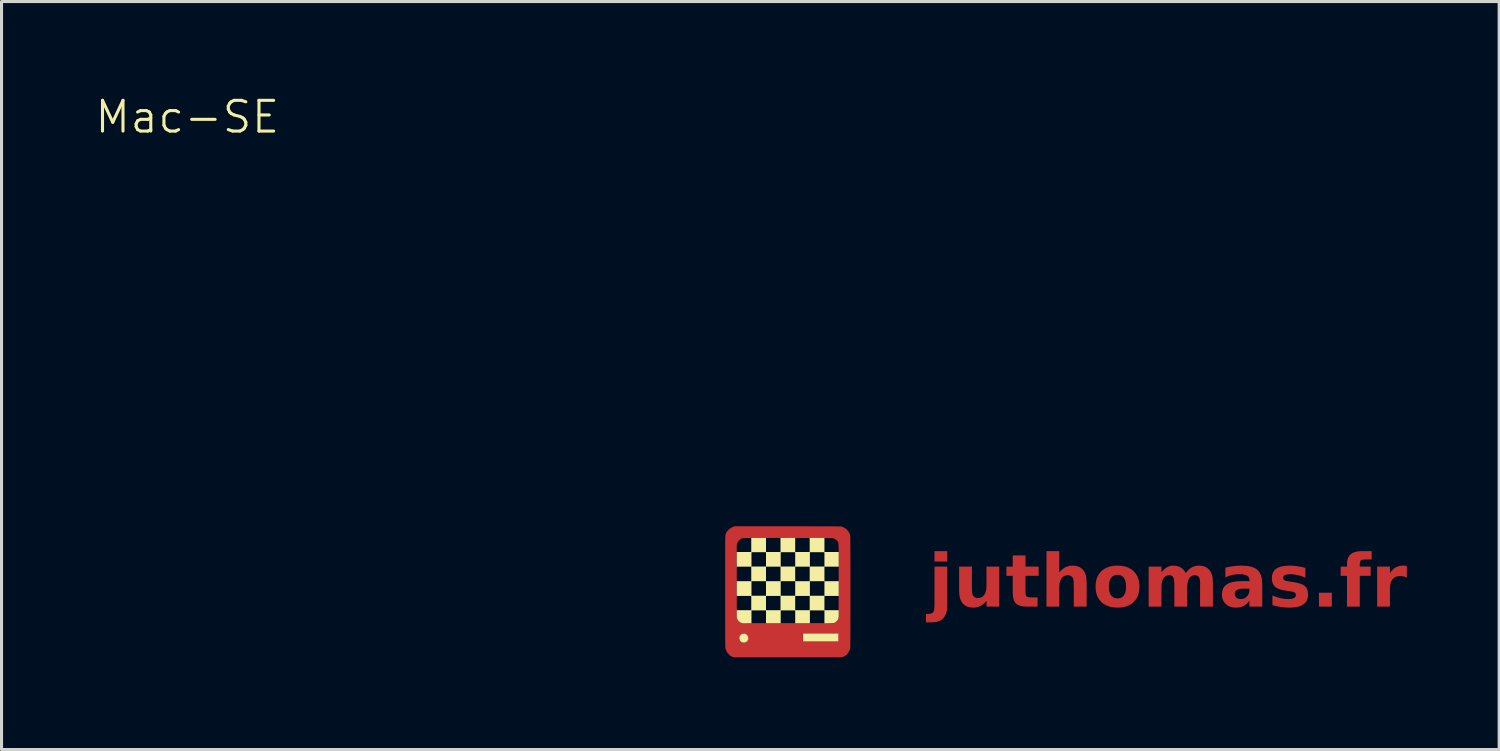
<source format=kicad_pcb>
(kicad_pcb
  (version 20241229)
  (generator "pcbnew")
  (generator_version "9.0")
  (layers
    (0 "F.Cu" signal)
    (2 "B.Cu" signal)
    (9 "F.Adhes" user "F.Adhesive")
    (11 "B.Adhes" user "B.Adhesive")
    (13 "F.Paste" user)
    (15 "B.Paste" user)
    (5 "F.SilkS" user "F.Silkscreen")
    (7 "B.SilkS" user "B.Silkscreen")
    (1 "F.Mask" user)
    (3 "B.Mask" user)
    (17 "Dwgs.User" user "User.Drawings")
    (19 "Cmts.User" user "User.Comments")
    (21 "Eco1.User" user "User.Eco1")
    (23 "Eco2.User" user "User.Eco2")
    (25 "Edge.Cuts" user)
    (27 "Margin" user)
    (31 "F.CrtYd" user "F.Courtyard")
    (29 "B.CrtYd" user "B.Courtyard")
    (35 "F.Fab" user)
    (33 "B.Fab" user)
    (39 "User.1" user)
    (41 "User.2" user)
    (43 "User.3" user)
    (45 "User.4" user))
  (footprint "Mac-SE"
    (layer "F.Cu")
    (at 22.608 16.23)
    (property "Reference" "Mac-SE" (at -19.558 -15.47 0) (unlocked yes) (layer "F.SilkS") (effects (font (size 1 1) (thickness 0.1))))
    (attr smd)
    (fp_poly (pts (xy 0.197 -2.143) (xy 0.382 -2.143) (xy 0.553 -2.143) (xy 0.712 -2.142) (xy 0.858 -2.142) (xy 0.991 -2.142) (xy 1.113 -2.142) (xy 1.223 -2.141) (xy 1.321 -2.141) (xy 1.408 -2.141) (xy 1.485 -2.14) (xy 1.551 -2.14) (xy 1.607 -2.139) (xy 1.654 -2.139) (xy 1.69 -2.138) (xy 1.718 -2.137) (xy 1.737 -2.136) (xy 1.747 -2.136) (xy 1.749 -2.135) (xy 1.759 -2.127) (xy 1.771 -2.122) (xy 1.789 -2.115) (xy 1.814 -2.104) (xy 1.84 -2.091) (xy 1.863 -2.079) (xy 1.879 -2.069) (xy 1.88 -2.068) (xy 1.89 -2.059) (xy 1.907 -2.044) (xy 1.927 -2.024) (xy 1.931 -2.021) (xy 1.964 -1.982) (xy 1.993 -1.934) (xy 2.017 -1.883) (xy 2.027 -1.851) (xy 2.028 -1.841) (xy 2.029 -1.818) (xy 2.029 -1.783) (xy 2.03 -1.736) (xy 2.031 -1.678) (xy 2.031 -1.609) (xy 2.032 -1.531) (xy 2.032 -1.444) (xy 2.033 -1.349) (xy 2.033 -1.246) (xy 2.034 -1.136) (xy 2.034 -1.02) (xy 2.034 -0.899) (xy 2.035 -0.773) (xy 2.035 -0.643) (xy 2.035 -0.51) (xy 2.035 -0.374) (xy 2.035 -0.237) (xy 2.035 -0.098) (xy 2.035 0.041) (xy 2.035 0.18) (xy 2.035 0.318) (xy 2.035 0.455) (xy 2.035 0.588) (xy 2.035 0.719) (xy 2.035 0.846) (xy 2.034 0.969) (xy 2.034 1.086) (xy 2.034 1.198) (xy 2.033 1.303) (xy 2.033 1.4) (xy 2.032 1.49) (xy 2.032 1.57) (xy 2.031 1.642) (xy 2.031 1.703) (xy 2.03 1.753) (xy 2.029 1.792) (xy 2.029 1.818) (xy 2.028 1.832) (xy 2.028 1.833) (xy 2.018 1.863) (xy 2.004 1.897) (xy 1.985 1.933) (xy 1.965 1.968) (xy 1.943 2) (xy 1.922 2.027) (xy 1.904 2.046) (xy 1.889 2.055) (xy 1.885 2.056) (xy 1.875 2.061) (xy 1.869 2.069) (xy 1.86 2.077) (xy 1.841 2.089) (xy 1.816 2.101) (xy 1.81 2.103) (xy 1.758 2.125) (xy -0.002 2.125) (xy -1.761 2.125) (xy -1.812 2.105) (xy -1.835 2.095) (xy -1.852 2.088) (xy -1.867 2.079) (xy -1.881 2.068) (xy -1.899 2.052) (xy -1.923 2.029) (xy -1.931 2.021) (xy -1.975 1.969) (xy -2.009 1.911) (xy -2.032 1.849) (xy -2.036 1.832) (xy -2.037 1.825) (xy -2.038 1.814) (xy -2.039 1.797) (xy -2.04 1.776) (xy -2.041 1.748) (xy -2.041 1.714) (xy -2.042 1.674) (xy -2.042 1.626) (xy -2.043 1.571) (xy -2.043 1.507) (xy -2.043 1.499) (xy -1.582 1.499) (xy -1.581 1.513) (xy -1.578 1.541) (xy -1.571 1.562) (xy -1.559 1.58) (xy -1.558 1.582) (xy -1.529 1.612) (xy -1.499 1.632) (xy -1.463 1.643) (xy -1.45 1.645) (xy -1.442 1.644) (xy -1.424 1.641) (xy -1.41 1.638) (xy -1.382 1.628) (xy -1.356 1.611) (xy -1.344 1.6) (xy -1.318 1.568) (xy -1.303 1.535) (xy -1.3 1.497) (xy -1.301 1.482) (xy -1.303 1.472) (xy 0.486 1.472) (xy 0.486 1.597) (xy 1.059 1.597) (xy 1.632 1.597) (xy 1.632 1.472) (xy 1.632 1.347) (xy 1.059 1.347) (xy 0.486 1.347) (xy 0.486 1.472) (xy -1.303 1.472) (xy -1.309 1.447) (xy -1.325 1.418) (xy -1.352 1.393) (xy -1.362 1.385) (xy -1.379 1.375) (xy -1.394 1.368) (xy -1.413 1.366) (xy -1.441 1.365) (xy -1.445 1.365) (xy -1.473 1.365) (xy -1.492 1.367) (xy -1.506 1.373) (xy -1.52 1.382) (xy -1.526 1.386) (xy -1.557 1.418) (xy -1.576 1.456) (xy -1.582 1.499) (xy -2.043 1.499) (xy -2.044 1.436) (xy -2.044 1.355) (xy -2.044 1.264) (xy -2.045 1.164) (xy -2.045 1.053) (xy -2.045 0.932) (xy -2.045 0.799) (xy -2.045 0.655) (xy -2.045 0.498) (xy -2.045 0.329) (xy -2.045 0.147) (xy -2.045 -0.017) (xy -2.045 -0.205) (xy -2.045 -0.375) (xy -1.667 -0.375) (xy -1.667 -0.207) (xy -1.667 -0.052) (xy -1.667 0.088) (xy -1.666 0.216) (xy -1.666 0.331) (xy -1.666 0.433) (xy -1.665 0.523) (xy -1.664 0.6) (xy -1.664 0.666) (xy -1.663 0.72) (xy -1.662 0.762) (xy -1.661 0.794) (xy -1.66 0.814) (xy -1.659 0.823) (xy -1.647 0.869) (xy -1.626 0.908) (xy -1.596 0.943) (xy -1.554 0.976) (xy -1.549 0.98) (xy -1.544 0.983) (xy -1.539 0.987) (xy -1.534 0.99) (xy -1.528 0.993) (xy -1.521 0.996) (xy -1.512 0.998) (xy -1.5 1) (xy -1.486 1.002) (xy -1.468 1.004) (xy -1.446 1.006) (xy -1.42 1.007) (xy -1.388 1.008) (xy -1.35 1.009) (xy -1.307 1.01) (xy -1.256 1.011) (xy -1.198 1.011) (xy -1.132 1.012) (xy -1.057 1.012) (xy -0.973 1.012) (xy -0.88 1.012) (xy -0.776 1.012) (xy -0.661 1.012) (xy -0.535 1.012) (xy -0.398 1.012) (xy -0.247 1.012) (xy -0.084 1.012) (xy 0.01 1.012) (xy 1.483 1.011) (xy 1.518 0.993) (xy 1.562 0.966) (xy 1.6 0.93) (xy 1.629 0.889) (xy 1.631 0.886) (xy 1.65 0.851) (xy 1.651 -0.353) (xy 1.652 -0.508) (xy 1.652 -0.649) (xy 1.652 -0.778) (xy 1.652 -0.895) (xy 1.652 -1) (xy 1.652 -1.095) (xy 1.652 -1.179) (xy 1.652 -1.254) (xy 1.651 -1.32) (xy 1.651 -1.378) (xy 1.65 -1.427) (xy 1.649 -1.47) (xy 1.648 -1.507) (xy 1.646 -1.537) (xy 1.644 -1.563) (xy 1.642 -1.584) (xy 1.639 -1.6) (xy 1.636 -1.614) (xy 1.633 -1.625) (xy 1.629 -1.633) (xy 1.625 -1.64) (xy 1.62 -1.647) (xy 1.615 -1.653) (xy 1.61 -1.659) (xy 1.604 -1.666) (xy 1.567 -1.703) (xy 1.523 -1.733) (xy 1.482 -1.751) (xy 1.476 -1.752) (xy 1.466 -1.753) (xy 1.451 -1.754) (xy 1.43 -1.755) (xy 1.404 -1.756) (xy 1.37 -1.757) (xy 1.329 -1.757) (xy 1.281 -1.758) (xy 1.225 -1.759) (xy 1.16 -1.759) (xy 1.086 -1.76) (xy 1.002 -1.76) (xy 0.908 -1.76) (xy 0.804 -1.761) (xy 0.688 -1.761) (xy 0.561 -1.761) (xy 0.422 -1.762) (xy 0.27 -1.762) (xy 0.105 -1.762) (xy 0.012 -1.762) (xy -0.158 -1.763) (xy -0.315 -1.763) (xy -0.459 -1.763) (xy -0.591 -1.763) (xy -0.711 -1.764) (xy -0.82 -1.764) (xy -0.919 -1.764) (xy -1.008 -1.763) (xy -1.087 -1.763) (xy -1.157 -1.763) (xy -1.22 -1.762) (xy -1.274 -1.761) (xy -1.322 -1.76) (xy -1.363 -1.759) (xy -1.397 -1.758) (xy -1.427 -1.756) (xy -1.451 -1.754) (xy -1.472 -1.752) (xy -1.488 -1.749) (xy -1.501 -1.746) (xy -1.512 -1.743) (xy -1.521 -1.739) (xy -1.528 -1.735) (xy -1.534 -1.731) (xy -1.54 -1.726) (xy -1.546 -1.72) (xy -1.553 -1.715) (xy -1.557 -1.711) (xy -1.592 -1.682) (xy -1.617 -1.654) (xy -1.635 -1.624) (xy -1.65 -1.587) (xy -1.651 -1.582) (xy -1.667 -1.532) (xy -1.667 -0.375) (xy -2.045 -0.375) (xy -2.045 -0.379) (xy -2.045 -0.54) (xy -2.045 -0.689) (xy -2.045 -0.826) (xy -2.045 -0.952) (xy -2.045 -1.066) (xy -2.045 -1.171) (xy -2.045 -1.265) (xy -2.045 -1.351) (xy -2.044 -1.427) (xy -2.044 -1.496) (xy -2.044 -1.556) (xy -2.043 -1.61) (xy -2.043 -1.656) (xy -2.042 -1.697) (xy -2.042 -1.731) (xy -2.041 -1.761) (xy -2.041 -1.785) (xy -2.04 -1.806) (xy -2.039 -1.822) (xy -2.038 -1.836) (xy -2.037 -1.847) (xy -2.036 -1.856) (xy -2.035 -1.863) (xy -2.034 -1.869) (xy -2.033 -1.873) (xy -2.025 -1.899) (xy -2.017 -1.921) (xy -2.011 -1.935) (xy -2.01 -1.935) (xy -2.001 -1.947) (xy -1.987 -1.966) (xy -1.971 -1.989) (xy -1.97 -1.99) (xy -1.933 -2.032) (xy -1.888 -2.068) (xy -1.864 -2.084) (xy -1.845 -2.096) (xy -1.833 -2.104) (xy -1.83 -2.105) (xy -1.822 -2.107) (xy -1.805 -2.115) (xy -1.786 -2.124) (xy -1.747 -2.143) (xy -0.001 -2.143)) (stroke (width 0) (type solid)) (fill yes) (layer "F.Cu"))
    (fp_poly (pts (xy 0.197 -2.143) (xy 0.382 -2.143) (xy 0.553 -2.143) (xy 0.712 -2.142) (xy 0.858 -2.142) (xy 0.991 -2.142) (xy 1.113 -2.142) (xy 1.223 -2.141) (xy 1.321 -2.141) (xy 1.408 -2.141) (xy 1.485 -2.14) (xy 1.551 -2.14) (xy 1.607 -2.139) (xy 1.654 -2.139) (xy 1.69 -2.138) (xy 1.718 -2.137) (xy 1.737 -2.136) (xy 1.747 -2.136) (xy 1.749 -2.135) (xy 1.759 -2.127) (xy 1.771 -2.122) (xy 1.789 -2.115) (xy 1.814 -2.104) (xy 1.84 -2.091) (xy 1.863 -2.079) (xy 1.879 -2.069) (xy 1.88 -2.068) (xy 1.89 -2.059) (xy 1.907 -2.044) (xy 1.927 -2.024) (xy 1.931 -2.021) (xy 1.964 -1.982) (xy 1.993 -1.934) (xy 2.017 -1.883) (xy 2.027 -1.851) (xy 2.028 -1.841) (xy 2.029 -1.818) (xy 2.029 -1.783) (xy 2.03 -1.736) (xy 2.031 -1.678) (xy 2.031 -1.609) (xy 2.032 -1.531) (xy 2.032 -1.444) (xy 2.033 -1.349) (xy 2.033 -1.246) (xy 2.034 -1.136) (xy 2.034 -1.02) (xy 2.034 -0.899) (xy 2.035 -0.773) (xy 2.035 -0.643) (xy 2.035 -0.51) (xy 2.035 -0.374) (xy 2.035 -0.237) (xy 2.035 -0.098) (xy 2.035 0.041) (xy 2.035 0.18) (xy 2.035 0.318) (xy 2.035 0.455) (xy 2.035 0.588) (xy 2.035 0.719) (xy 2.035 0.846) (xy 2.034 0.969) (xy 2.034 1.086) (xy 2.034 1.198) (xy 2.033 1.303) (xy 2.033 1.4) (xy 2.032 1.49) (xy 2.032 1.57) (xy 2.031 1.642) (xy 2.031 1.703) (xy 2.03 1.753) (xy 2.029 1.792) (xy 2.029 1.818) (xy 2.028 1.832) (xy 2.028 1.833) (xy 2.018 1.863) (xy 2.004 1.897) (xy 1.985 1.933) (xy 1.965 1.968) (xy 1.943 2) (xy 1.922 2.027) (xy 1.904 2.046) (xy 1.889 2.055) (xy 1.885 2.056) (xy 1.875 2.061) (xy 1.869 2.069) (xy 1.86 2.077) (xy 1.841 2.089) (xy 1.816 2.101) (xy 1.81 2.103) (xy 1.758 2.125) (xy -0.002 2.125) (xy -1.761 2.125) (xy -1.812 2.105) (xy -1.835 2.095) (xy -1.852 2.088) (xy -1.867 2.079) (xy -1.881 2.068) (xy -1.899 2.052) (xy -1.923 2.029) (xy -1.931 2.021) (xy -1.975 1.969) (xy -2.009 1.911) (xy -2.032 1.849) (xy -2.036 1.832) (xy -2.037 1.825) (xy -2.038 1.814) (xy -2.039 1.797) (xy -2.04 1.776) (xy -2.041 1.748) (xy -2.041 1.714) (xy -2.042 1.674) (xy -2.042 1.626) (xy -2.043 1.571) (xy -2.043 1.507) (xy -2.043 1.499) (xy -1.582 1.499) (xy -1.581 1.513) (xy -1.578 1.541) (xy -1.571 1.562) (xy -1.559 1.58) (xy -1.558 1.582) (xy -1.529 1.612) (xy -1.499 1.632) (xy -1.463 1.643) (xy -1.45 1.645) (xy -1.442 1.644) (xy -1.424 1.641) (xy -1.41 1.638) (xy -1.382 1.628) (xy -1.356 1.611) (xy -1.344 1.6) (xy -1.318 1.568) (xy -1.303 1.535) (xy -1.3 1.497) (xy -1.301 1.482) (xy -1.303 1.472) (xy 0.486 1.472) (xy 0.486 1.597) (xy 1.059 1.597) (xy 1.632 1.597) (xy 1.632 1.472) (xy 1.632 1.347) (xy 1.059 1.347) (xy 0.486 1.347) (xy 0.486 1.472) (xy -1.303 1.472) (xy -1.309 1.447) (xy -1.325 1.418) (xy -1.352 1.393) (xy -1.362 1.385) (xy -1.379 1.375) (xy -1.394 1.368) (xy -1.413 1.366) (xy -1.441 1.365) (xy -1.445 1.365) (xy -1.473 1.365) (xy -1.492 1.367) (xy -1.506 1.373) (xy -1.52 1.382) (xy -1.526 1.386) (xy -1.557 1.418) (xy -1.576 1.456) (xy -1.582 1.499) (xy -2.043 1.499) (xy -2.044 1.436) (xy -2.044 1.355) (xy -2.044 1.264) (xy -2.045 1.164) (xy -2.045 1.053) (xy -2.045 0.932) (xy -2.045 0.799) (xy -2.045 0.655) (xy -2.045 0.498) (xy -2.045 0.329) (xy -2.045 0.147) (xy -2.045 -0.017) (xy -2.045 -0.205) (xy -2.045 -0.375) (xy -1.667 -0.375) (xy -1.667 -0.207) (xy -1.667 -0.052) (xy -1.667 0.088) (xy -1.666 0.216) (xy -1.666 0.331) (xy -1.666 0.433) (xy -1.665 0.523) (xy -1.664 0.6) (xy -1.664 0.666) (xy -1.663 0.72) (xy -1.662 0.762) (xy -1.661 0.794) (xy -1.66 0.814) (xy -1.659 0.823) (xy -1.647 0.869) (xy -1.626 0.908) (xy -1.596 0.943) (xy -1.554 0.976) (xy -1.549 0.98) (xy -1.544 0.983) (xy -1.539 0.987) (xy -1.534 0.99) (xy -1.528 0.993) (xy -1.521 0.996) (xy -1.512 0.998) (xy -1.5 1) (xy -1.486 1.002) (xy -1.468 1.004) (xy -1.446 1.006) (xy -1.42 1.007) (xy -1.388 1.008) (xy -1.35 1.009) (xy -1.307 1.01) (xy -1.256 1.011) (xy -1.198 1.011) (xy -1.132 1.012) (xy -1.057 1.012) (xy -0.973 1.012) (xy -0.88 1.012) (xy -0.776 1.012) (xy -0.661 1.012) (xy -0.535 1.012) (xy -0.398 1.012) (xy -0.247 1.012) (xy -0.084 1.012) (xy 0.01 1.012) (xy 1.483 1.011) (xy 1.518 0.993) (xy 1.562 0.966) (xy 1.6 0.93) (xy 1.629 0.889) (xy 1.631 0.886) (xy 1.65 0.851) (xy 1.651 -0.353) (xy 1.652 -0.508) (xy 1.652 -0.649) (xy 1.652 -0.778) (xy 1.652 -0.895) (xy 1.652 -1) (xy 1.652 -1.095) (xy 1.652 -1.179) (xy 1.652 -1.254) (xy 1.651 -1.32) (xy 1.651 -1.378) (xy 1.65 -1.427) (xy 1.649 -1.47) (xy 1.648 -1.507) (xy 1.646 -1.537) (xy 1.644 -1.563) (xy 1.642 -1.584) (xy 1.639 -1.6) (xy 1.636 -1.614) (xy 1.633 -1.625) (xy 1.629 -1.633) (xy 1.625 -1.64) (xy 1.62 -1.647) (xy 1.615 -1.653) (xy 1.61 -1.659) (xy 1.604 -1.666) (xy 1.567 -1.703) (xy 1.523 -1.733) (xy 1.482 -1.751) (xy 1.476 -1.752) (xy 1.466 -1.753) (xy 1.451 -1.754) (xy 1.43 -1.755) (xy 1.404 -1.756) (xy 1.37 -1.757) (xy 1.329 -1.757) (xy 1.281 -1.758) (xy 1.225 -1.759) (xy 1.16 -1.759) (xy 1.086 -1.76) (xy 1.002 -1.76) (xy 0.908 -1.76) (xy 0.804 -1.761) (xy 0.688 -1.761) (xy 0.561 -1.761) (xy 0.422 -1.762) (xy 0.27 -1.762) (xy 0.105 -1.762) (xy 0.012 -1.762) (xy -0.158 -1.763) (xy -0.315 -1.763) (xy -0.459 -1.763) (xy -0.591 -1.763) (xy -0.711 -1.764) (xy -0.82 -1.764) (xy -0.919 -1.764) (xy -1.008 -1.763) (xy -1.087 -1.763) (xy -1.157 -1.763) (xy -1.22 -1.762) (xy -1.274 -1.761) (xy -1.322 -1.76) (xy -1.363 -1.759) (xy -1.397 -1.758) (xy -1.427 -1.756) (xy -1.451 -1.754) (xy -1.472 -1.752) (xy -1.488 -1.749) (xy -1.501 -1.746) (xy -1.512 -1.743) (xy -1.521 -1.739) (xy -1.528 -1.735) (xy -1.534 -1.731) (xy -1.54 -1.726) (xy -1.546 -1.72) (xy -1.553 -1.715) (xy -1.557 -1.711) (xy -1.592 -1.682) (xy -1.617 -1.654) (xy -1.635 -1.624) (xy -1.65 -1.587) (xy -1.651 -1.582) (xy -1.667 -1.532) (xy -1.667 -0.375) (xy -2.045 -0.375) (xy -2.045 -0.379) (xy -2.045 -0.54) (xy -2.045 -0.689) (xy -2.045 -0.826) (xy -2.045 -0.952) (xy -2.045 -1.066) (xy -2.045 -1.171) (xy -2.045 -1.265) (xy -2.045 -1.351) (xy -2.044 -1.427) (xy -2.044 -1.496) (xy -2.044 -1.556) (xy -2.043 -1.61) (xy -2.043 -1.656) (xy -2.042 -1.697) (xy -2.042 -1.731) (xy -2.041 -1.761) (xy -2.041 -1.785) (xy -2.04 -1.806) (xy -2.039 -1.822) (xy -2.038 -1.836) (xy -2.037 -1.847) (xy -2.036 -1.856) (xy -2.035 -1.863) (xy -2.034 -1.869) (xy -2.033 -1.873) (xy -2.025 -1.899) (xy -2.017 -1.921) (xy -2.011 -1.935) (xy -2.01 -1.935) (xy -2.001 -1.947) (xy -1.987 -1.966) (xy -1.971 -1.989) (xy -1.97 -1.99) (xy -1.933 -2.032) (xy -1.888 -2.068) (xy -1.864 -2.084) (xy -1.845 -2.096) (xy -1.833 -2.104) (xy -1.83 -2.105) (xy -1.822 -2.107) (xy -1.805 -2.115) (xy -1.786 -2.124) (xy -1.747 -2.143) (xy -0.001 -2.143)) (stroke (width 0) (type solid)) (fill yes) (layer "F.Mask"))
    (fp_poly (pts (xy 1.639 1.476) (xy 1.639 1.604) (xy 1.066 1.604) (xy 0.493 1.604) (xy 0.493 1.476) (xy 0.493 1.347) (xy 1.066 1.347) (xy 1.639 1.347)) (stroke (width 0) (type solid)) (fill yes) (layer "F.SilkS"))
    (fp_poly (pts (xy -1.396 1.358) (xy -1.377 1.366) (xy -1.368 1.37) (xy -1.333 1.396) (xy -1.309 1.429) (xy -1.296 1.47) (xy -1.293 1.492) (xy -1.293 1.521) (xy -1.296 1.542) (xy -1.303 1.561) (xy -1.308 1.57) (xy -1.333 1.605) (xy -1.367 1.629) (xy -1.408 1.642) (xy -1.429 1.645) (xy -1.458 1.645) (xy -1.479 1.642) (xy -1.499 1.635) (xy -1.507 1.63) (xy -1.543 1.605) (xy -1.567 1.571) (xy -1.58 1.53) (xy -1.582 1.509) (xy -1.583 1.48) (xy -1.58 1.459) (xy -1.572 1.439) (xy -1.568 1.431) (xy -1.542 1.395) (xy -1.509 1.371) (xy -1.468 1.358) (xy -1.446 1.356) (xy -1.417 1.355)) (stroke (width 0) (type solid)) (fill yes) (layer "F.SilkS"))
    (fp_poly (pts (xy -0.715 -1.535) (xy -0.715 -1.306) (xy -0.479 -1.306) (xy -0.243 -1.306) (xy -0.243 -1.535) (xy -0.243 -1.764) (xy -0.003 -1.764) (xy 0.236 -1.764) (xy 0.236 -1.535) (xy 0.236 -1.306) (xy 0.472 -1.306) (xy 0.708 -1.306) (xy 0.708 -1.535) (xy 0.708 -1.764) (xy 0.948 -1.764) (xy 1.188 -1.764) (xy 1.188 -1.535) (xy 1.188 -1.306) (xy 1.42 -1.306) (xy 1.653 -1.306) (xy 1.653 -1.066) (xy 1.653 -0.827) (xy 1.42 -0.827) (xy 1.188 -0.827) (xy 1.188 -0.59) (xy 1.188 -0.354) (xy 0.952 -0.354) (xy 0.715 -0.354) (xy 0.715 -0.118) (xy 0.715 0.118) (xy 0.952 0.118) (xy 1.188 0.118) (xy 1.188 -0.118) (xy 1.188 -0.354) (xy 1.42 -0.354) (xy 1.653 -0.354) (xy 1.653 -0.115) (xy 1.653 0.125) (xy 1.42 0.125) (xy 1.188 0.125) (xy 1.188 0.358) (xy 1.188 0.59) (xy 1.42 0.59) (xy 1.653 0.59) (xy 1.653 0.712) (xy 1.653 0.757) (xy 1.652 0.792) (xy 1.651 0.818) (xy 1.648 0.838) (xy 1.644 0.854) (xy 1.639 0.87) (xy 1.639 0.871) (xy 1.618 0.91) (xy 1.587 0.948) (xy 1.55 0.979) (xy 1.525 0.994) (xy 1.512 0.999) (xy 1.501 1.003) (xy 1.487 1.007) (xy 1.47 1.009) (xy 1.446 1.01) (xy 1.415 1.011) (xy 1.373 1.012) (xy 1.339 1.013) (xy 1.188 1.015) (xy 1.188 0.806) (xy 1.188 0.597) (xy 0.952 0.597) (xy 0.715 0.597) (xy 0.715 0.806) (xy 0.715 1.014) (xy 0.476 1.014) (xy 0.236 1.014) (xy 0.236 0.806) (xy 0.236 0.597) (xy 0 0.597) (xy -0.236 0.597) (xy -0.236 0.806) (xy -0.236 1.014) (xy -0.476 1.014) (xy -0.715 1.014) (xy -0.715 0.806) (xy -0.715 0.597) (xy -0.952 0.597) (xy -1.188 0.597) (xy -1.188 0.806) (xy -1.188 1.014) (xy -1.339 1.014) (xy -1.39 1.013) (xy -1.429 1.013) (xy -1.459 1.012) (xy -1.481 1.01) (xy -1.498 1.008) (xy -1.513 1.004) (xy -1.526 0.999) (xy -1.526 0.999) (xy -1.563 0.979) (xy -1.598 0.95) (xy -1.629 0.914) (xy -1.646 0.886) (xy -1.652 0.872) (xy -1.657 0.86) (xy -1.66 0.845) (xy -1.662 0.826) (xy -1.664 0.799) (xy -1.665 0.764) (xy -1.666 0.721) (xy -1.668 0.59) (xy -1.431 0.59) (xy -1.195 0.59) (xy -1.195 0.358) (xy -0.715 0.358) (xy -0.715 0.59) (xy -0.479 0.59) (xy -0.243 0.59) (xy -0.243 0.358) (xy 0.236 0.358) (xy 0.236 0.59) (xy 0.472 0.59) (xy 0.708 0.59) (xy 0.708 0.358) (xy 0.708 0.125) (xy 0.472 0.125) (xy 0.236 0.125) (xy 0.236 0.358) (xy -0.243 0.358) (xy -0.243 0.125) (xy -0.479 0.125) (xy -0.715 0.125) (xy -0.715 0.358) (xy -1.195 0.358) (xy -1.195 0.125) (xy -1.431 0.125) (xy -1.667 0.125) (xy -1.667 -0.115) (xy -1.667 -0.354) (xy -1.431 -0.354) (xy -1.195 -0.354) (xy -1.188 -0.354) (xy -1.188 -0.118) (xy -1.188 0.118) (xy -0.952 0.118) (xy -0.715 0.118) (xy -0.715 -0.118) (xy -0.715 -0.354) (xy -0.479 -0.354) (xy -0.243 -0.354) (xy -0.236 -0.354) (xy -0.236 -0.118) (xy -0.236 0.118) (xy 0 0.118) (xy 0.236 0.118) (xy 0.236 -0.118) (xy 0.236 -0.354) (xy 0.472 -0.354) (xy 0.708 -0.354) (xy 0.708 -0.59) (xy 0.708 -0.827) (xy 0.472 -0.827) (xy 0.236 -0.827) (xy 0.236 -0.59) (xy 0.236 -0.354) (xy 0 -0.354) (xy -0.236 -0.354) (xy -0.243 -0.354) (xy -0.243 -0.59) (xy -0.243 -0.827) (xy -0.479 -0.827) (xy -0.715 -0.827) (xy -0.715 -0.59) (xy -0.715 -0.354) (xy -0.952 -0.354) (xy -1.188 -0.354) (xy -1.195 -0.354) (xy -1.195 -0.59) (xy -1.195 -0.827) (xy -1.431 -0.827) (xy -1.667 -0.827) (xy -1.667 -1.066) (xy -1.188 -1.066) (xy -1.188 -0.833) (xy -0.952 -0.833) (xy -0.715 -0.833) (xy -0.715 -1.066) (xy -0.236 -1.066) (xy -0.236 -0.833) (xy 0 -0.833) (xy 0.236 -0.833) (xy 0.236 -1.066) (xy 0.715 -1.066) (xy 0.715 -0.833) (xy 0.952 -0.833) (xy 1.188 -0.833) (xy 1.188 -1.066) (xy 1.188 -1.299) (xy 0.952 -1.299) (xy 0.715 -1.299) (xy 0.715 -1.066) (xy 0.236 -1.066) (xy 0.236 -1.299) (xy 0 -1.299) (xy -0.236 -1.299) (xy -0.236 -1.066) (xy -0.715 -1.066) (xy -0.715 -1.299) (xy -0.952 -1.299) (xy -1.188 -1.299) (xy -1.188 -1.066) (xy -1.667 -1.066) (xy -1.667 -1.306) (xy -1.431 -1.306) (xy -1.195 -1.306) (xy -1.195 -1.535) (xy -1.195 -1.764) (xy -0.955 -1.764) (xy -0.715 -1.764)) (stroke (width 0) (type solid)) (fill yes) (layer "F.SilkS"))
    (fp_text user "juthomas.fr" (at 4.572 0.762 0) (unlocked yes) (layer "F.Cu") (effects (font (face "VT323") (size 1.7 1.7) (thickness 0.3) (bold yes)) (justify left bottom)))
    (fp_text user "juthomas.fr" (at 4.572 0.762 0) (unlocked yes) (layer "F.Mask") (effects (font (face "VT323") (size 1.7 1.7) (thickness 0.3) (bold yes)) (justify left bottom))))
  (gr_rect
    (start -3 -3)
    (end 45.767 21.356)
    (stroke (width 0.1) (type default))
    (fill no)
    (layer "Edge.Cuts")))
</source>
